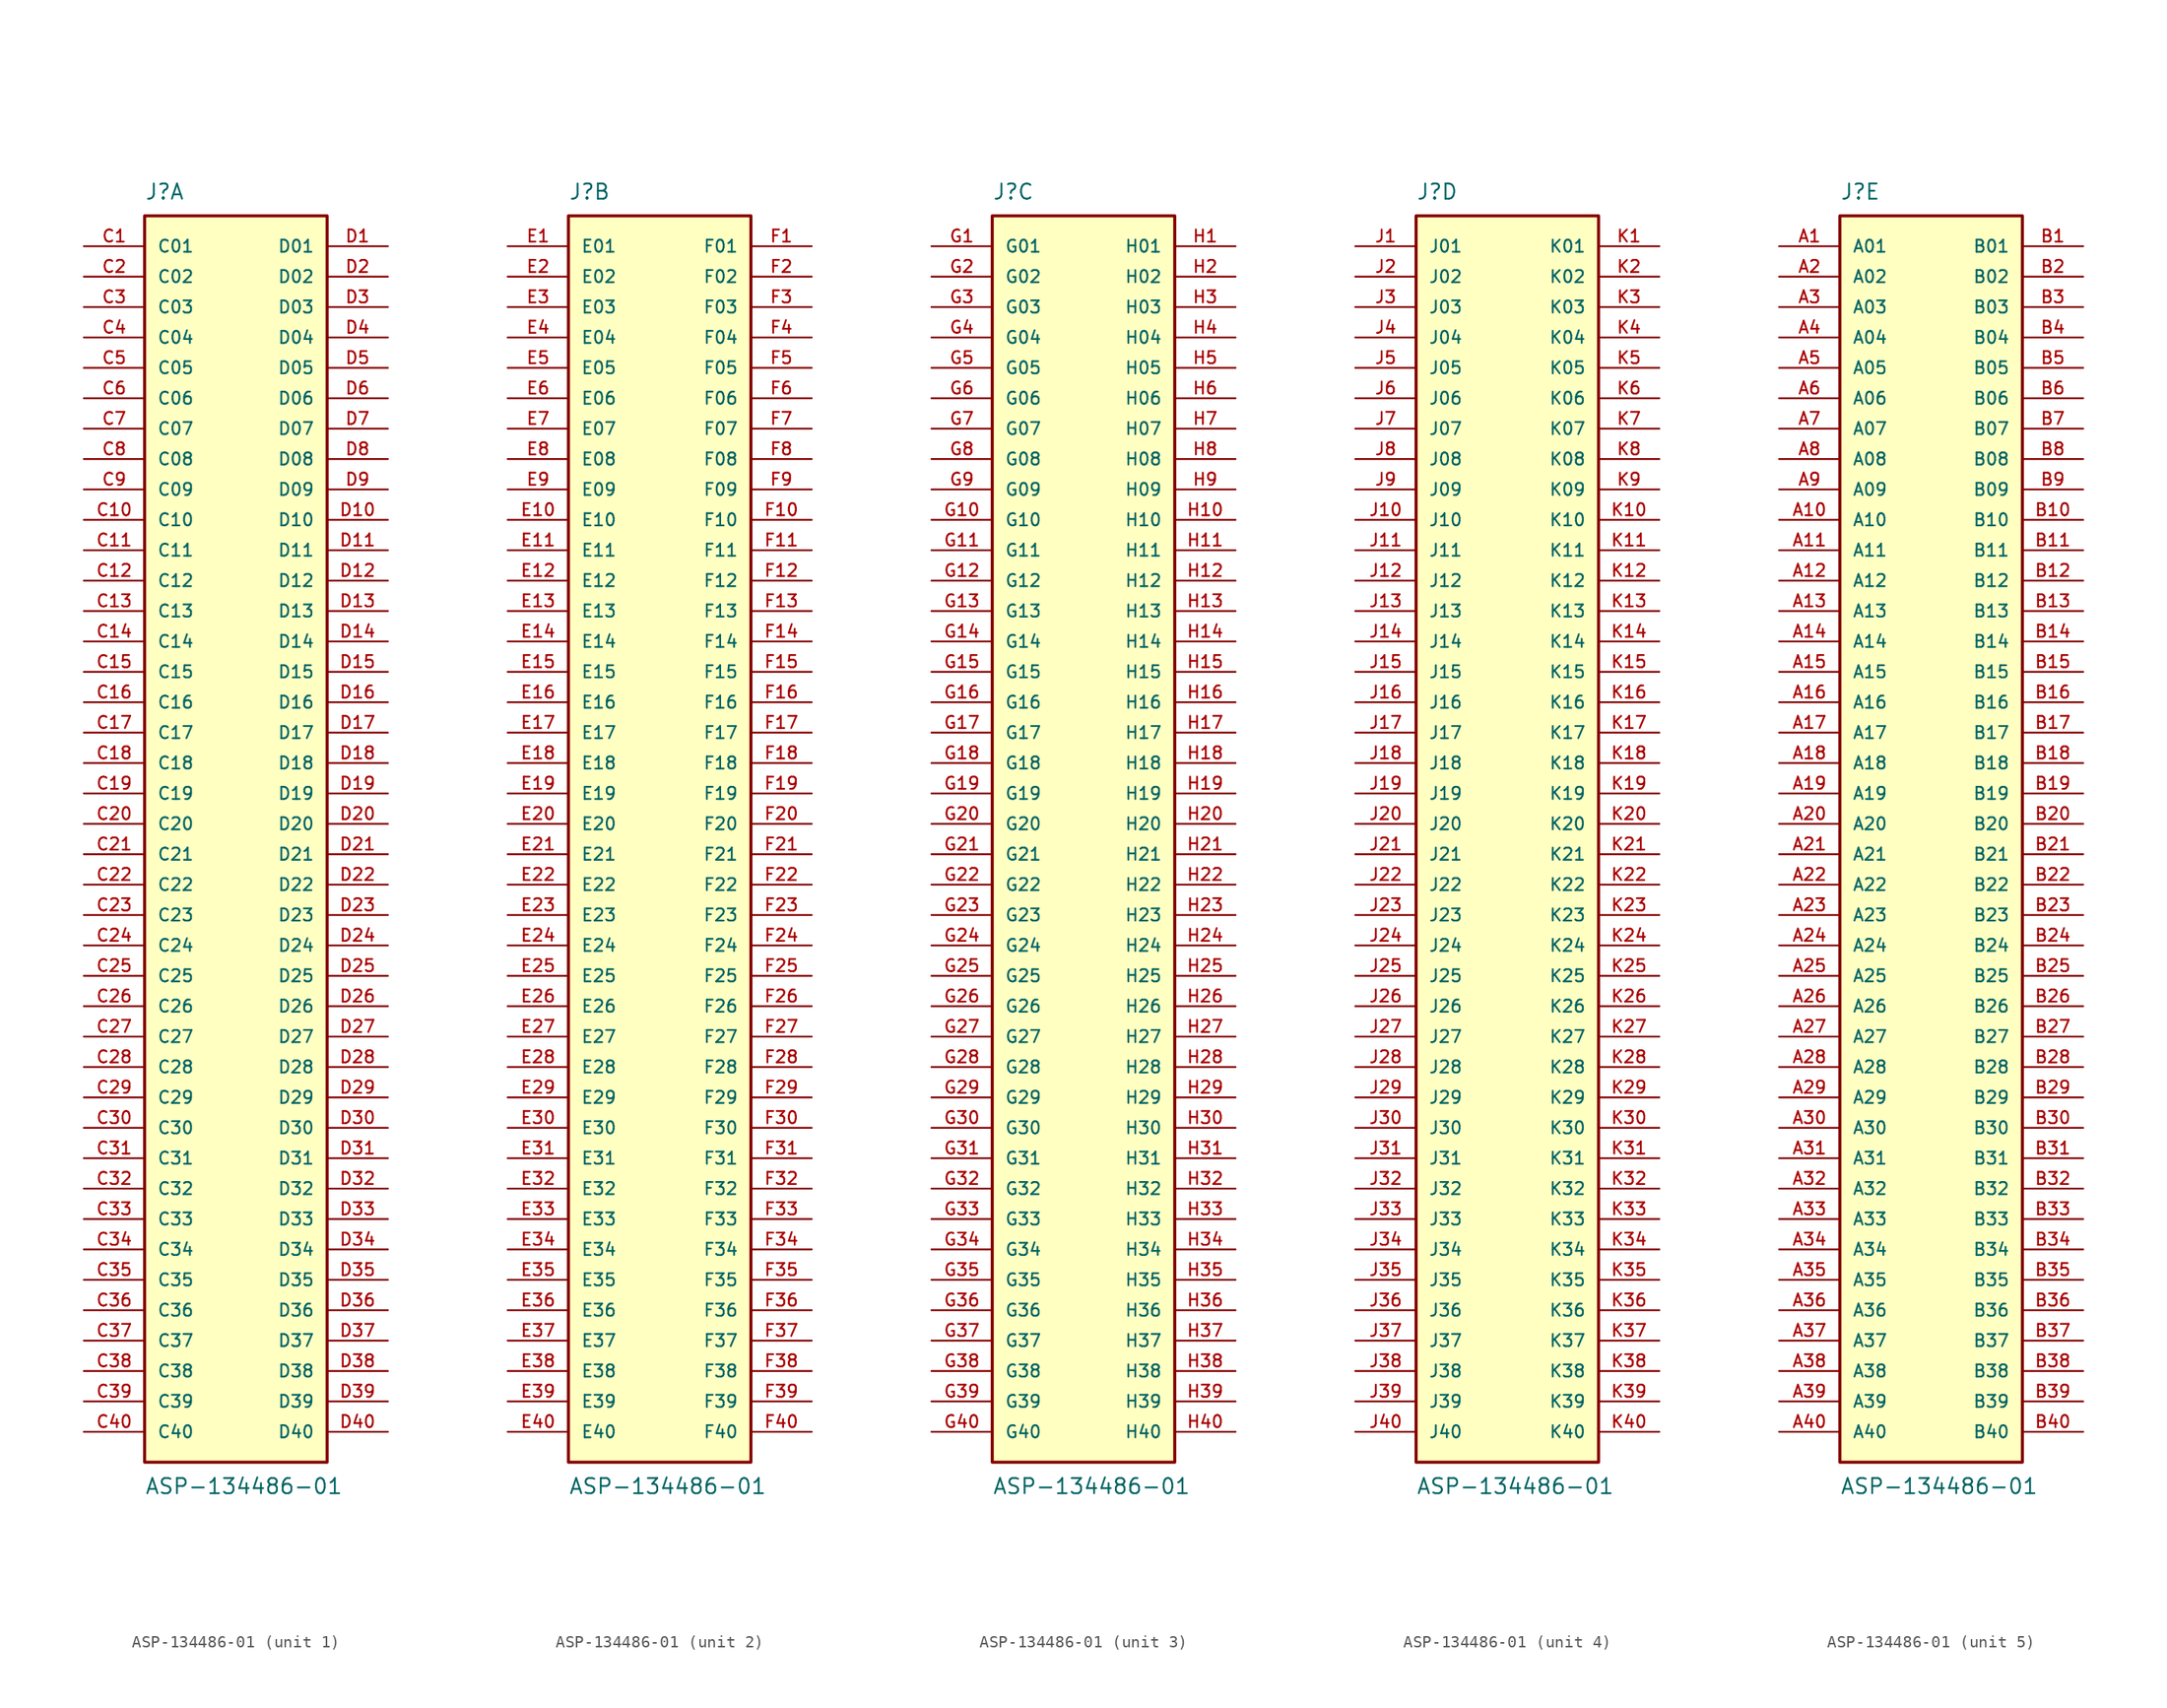
<source format=kicad_sym>
(kicad_symbol_lib
  (version 20211014)
  (generator kicad_symbol_editor)
  (symbol "ASP-134486-01"
    (pin_names
      (offset 1.016))
    (property "Reference" "J"
      (at -7.62 52.07 0)
      (effects (font (size 1.27 1.27)) (justify bottom left)))
    (property "Value" "ASP-134486-01"
      (at -7.62 -54.61 0)
      (effects (font (size 1.27 1.27)) (justify top left)))
    (symbol "ASP-134486-01_1_0"
      (rectangle (start -7.62 -53.34) (end 7.62 50.8) (stroke (width 0.254)) (fill (type background)))
      (pin passive line (at -12.7 48.26 0) (length 5.08) (name "C01" (effects (font (size 1.016 1.016)))) (number "C1" (effects (font (size 1.016 1.016)))))
      (pin passive line (at 12.7 48.26 180.0) (length 5.08) (name "D01" (effects (font (size 1.016 1.016)))) (number "D1" (effects (font (size 1.016 1.016)))))
      (pin passive line (at -12.7 45.72 0) (length 5.08) (name "C02" (effects (font (size 1.016 1.016)))) (number "C2" (effects (font (size 1.016 1.016)))))
      (pin passive line (at 12.7 45.72 180.0) (length 5.08) (name "D02" (effects (font (size 1.016 1.016)))) (number "D2" (effects (font (size 1.016 1.016)))))
      (pin passive line (at -12.7 43.18 0) (length 5.08) (name "C03" (effects (font (size 1.016 1.016)))) (number "C3" (effects (font (size 1.016 1.016)))))
      (pin passive line (at 12.7 43.18 180.0) (length 5.08) (name "D03" (effects (font (size 1.016 1.016)))) (number "D3" (effects (font (size 1.016 1.016)))))
      (pin passive line (at -12.7 40.64 0) (length 5.08) (name "C04" (effects (font (size 1.016 1.016)))) (number "C4" (effects (font (size 1.016 1.016)))))
      (pin passive line (at 12.7 40.64 180.0) (length 5.08) (name "D04" (effects (font (size 1.016 1.016)))) (number "D4" (effects (font (size 1.016 1.016)))))
      (pin passive line (at -12.7 38.1 0) (length 5.08) (name "C05" (effects (font (size 1.016 1.016)))) (number "C5" (effects (font (size 1.016 1.016)))))
      (pin passive line (at 12.7 38.1 180.0) (length 5.08) (name "D05" (effects (font (size 1.016 1.016)))) (number "D5" (effects (font (size 1.016 1.016)))))
      (pin passive line (at -12.7 35.56 0) (length 5.08) (name "C06" (effects (font (size 1.016 1.016)))) (number "C6" (effects (font (size 1.016 1.016)))))
      (pin passive line (at 12.7 35.56 180.0) (length 5.08) (name "D06" (effects (font (size 1.016 1.016)))) (number "D6" (effects (font (size 1.016 1.016)))))
      (pin passive line (at -12.7 33.02 0) (length 5.08) (name "C07" (effects (font (size 1.016 1.016)))) (number "C7" (effects (font (size 1.016 1.016)))))
      (pin passive line (at 12.7 33.02 180.0) (length 5.08) (name "D07" (effects (font (size 1.016 1.016)))) (number "D7" (effects (font (size 1.016 1.016)))))
      (pin passive line (at -12.7 30.48 0) (length 5.08) (name "C08" (effects (font (size 1.016 1.016)))) (number "C8" (effects (font (size 1.016 1.016)))))
      (pin passive line (at 12.7 30.48 180.0) (length 5.08) (name "D08" (effects (font (size 1.016 1.016)))) (number "D8" (effects (font (size 1.016 1.016)))))
      (pin passive line (at -12.7 27.94 0) (length 5.08) (name "C09" (effects (font (size 1.016 1.016)))) (number "C9" (effects (font (size 1.016 1.016)))))
      (pin passive line (at 12.7 27.94 180.0) (length 5.08) (name "D09" (effects (font (size 1.016 1.016)))) (number "D9" (effects (font (size 1.016 1.016)))))
      (pin passive line (at -12.7 25.4 0) (length 5.08) (name "C10" (effects (font (size 1.016 1.016)))) (number "C10" (effects (font (size 1.016 1.016)))))
      (pin passive line (at 12.7 25.4 180.0) (length 5.08) (name "D10" (effects (font (size 1.016 1.016)))) (number "D10" (effects (font (size 1.016 1.016)))))
      (pin passive line (at -12.7 22.86 0) (length 5.08) (name "C11" (effects (font (size 1.016 1.016)))) (number "C11" (effects (font (size 1.016 1.016)))))
      (pin passive line (at 12.7 22.86 180.0) (length 5.08) (name "D11" (effects (font (size 1.016 1.016)))) (number "D11" (effects (font (size 1.016 1.016)))))
      (pin passive line (at -12.7 20.32 0) (length 5.08) (name "C12" (effects (font (size 1.016 1.016)))) (number "C12" (effects (font (size 1.016 1.016)))))
      (pin passive line (at 12.7 20.32 180.0) (length 5.08) (name "D12" (effects (font (size 1.016 1.016)))) (number "D12" (effects (font (size 1.016 1.016)))))
      (pin passive line (at -12.7 17.78 0) (length 5.08) (name "C13" (effects (font (size 1.016 1.016)))) (number "C13" (effects (font (size 1.016 1.016)))))
      (pin passive line (at 12.7 17.78 180.0) (length 5.08) (name "D13" (effects (font (size 1.016 1.016)))) (number "D13" (effects (font (size 1.016 1.016)))))
      (pin passive line (at -12.7 15.24 0) (length 5.08) (name "C14" (effects (font (size 1.016 1.016)))) (number "C14" (effects (font (size 1.016 1.016)))))
      (pin passive line (at 12.7 15.24 180.0) (length 5.08) (name "D14" (effects (font (size 1.016 1.016)))) (number "D14" (effects (font (size 1.016 1.016)))))
      (pin passive line (at -12.7 12.7 0) (length 5.08) (name "C15" (effects (font (size 1.016 1.016)))) (number "C15" (effects (font (size 1.016 1.016)))))
      (pin passive line (at 12.7 12.7 180.0) (length 5.08) (name "D15" (effects (font (size 1.016 1.016)))) (number "D15" (effects (font (size 1.016 1.016)))))
      (pin passive line (at -12.7 10.16 0) (length 5.08) (name "C16" (effects (font (size 1.016 1.016)))) (number "C16" (effects (font (size 1.016 1.016)))))
      (pin passive line (at 12.7 10.16 180.0) (length 5.08) (name "D16" (effects (font (size 1.016 1.016)))) (number "D16" (effects (font (size 1.016 1.016)))))
      (pin passive line (at -12.7 7.62 0) (length 5.08) (name "C17" (effects (font (size 1.016 1.016)))) (number "C17" (effects (font (size 1.016 1.016)))))
      (pin passive line (at 12.7 7.62 180.0) (length 5.08) (name "D17" (effects (font (size 1.016 1.016)))) (number "D17" (effects (font (size 1.016 1.016)))))
      (pin passive line (at -12.7 5.08 0) (length 5.08) (name "C18" (effects (font (size 1.016 1.016)))) (number "C18" (effects (font (size 1.016 1.016)))))
      (pin passive line (at 12.7 5.08 180.0) (length 5.08) (name "D18" (effects (font (size 1.016 1.016)))) (number "D18" (effects (font (size 1.016 1.016)))))
      (pin passive line (at -12.7 2.54 0) (length 5.08) (name "C19" (effects (font (size 1.016 1.016)))) (number "C19" (effects (font (size 1.016 1.016)))))
      (pin passive line (at 12.7 2.54 180.0) (length 5.08) (name "D19" (effects (font (size 1.016 1.016)))) (number "D19" (effects (font (size 1.016 1.016)))))
      (pin passive line (at -12.7 0.0 0) (length 5.08) (name "C20" (effects (font (size 1.016 1.016)))) (number "C20" (effects (font (size 1.016 1.016)))))
      (pin passive line (at 12.7 0.0 180.0) (length 5.08) (name "D20" (effects (font (size 1.016 1.016)))) (number "D20" (effects (font (size 1.016 1.016)))))
      (pin passive line (at -12.7 -2.54 0) (length 5.08) (name "C21" (effects (font (size 1.016 1.016)))) (number "C21" (effects (font (size 1.016 1.016)))))
      (pin passive line (at 12.7 -2.54 180.0) (length 5.08) (name "D21" (effects (font (size 1.016 1.016)))) (number "D21" (effects (font (size 1.016 1.016)))))
      (pin passive line (at -12.7 -5.08 0) (length 5.08) (name "C22" (effects (font (size 1.016 1.016)))) (number "C22" (effects (font (size 1.016 1.016)))))
      (pin passive line (at 12.7 -5.08 180.0) (length 5.08) (name "D22" (effects (font (size 1.016 1.016)))) (number "D22" (effects (font (size 1.016 1.016)))))
      (pin passive line (at -12.7 -7.62 0) (length 5.08) (name "C23" (effects (font (size 1.016 1.016)))) (number "C23" (effects (font (size 1.016 1.016)))))
      (pin passive line (at 12.7 -7.62 180.0) (length 5.08) (name "D23" (effects (font (size 1.016 1.016)))) (number "D23" (effects (font (size 1.016 1.016)))))
      (pin passive line (at -12.7 -10.16 0) (length 5.08) (name "C24" (effects (font (size 1.016 1.016)))) (number "C24" (effects (font (size 1.016 1.016)))))
      (pin passive line (at 12.7 -10.16 180.0) (length 5.08) (name "D24" (effects (font (size 1.016 1.016)))) (number "D24" (effects (font (size 1.016 1.016)))))
      (pin passive line (at -12.7 -12.7 0) (length 5.08) (name "C25" (effects (font (size 1.016 1.016)))) (number "C25" (effects (font (size 1.016 1.016)))))
      (pin passive line (at 12.7 -12.7 180.0) (length 5.08) (name "D25" (effects (font (size 1.016 1.016)))) (number "D25" (effects (font (size 1.016 1.016)))))
      (pin passive line (at -12.7 -15.24 0) (length 5.08) (name "C26" (effects (font (size 1.016 1.016)))) (number "C26" (effects (font (size 1.016 1.016)))))
      (pin passive line (at 12.7 -15.24 180.0) (length 5.08) (name "D26" (effects (font (size 1.016 1.016)))) (number "D26" (effects (font (size 1.016 1.016)))))
      (pin passive line (at -12.7 -17.78 0) (length 5.08) (name "C27" (effects (font (size 1.016 1.016)))) (number "C27" (effects (font (size 1.016 1.016)))))
      (pin passive line (at 12.7 -17.78 180.0) (length 5.08) (name "D27" (effects (font (size 1.016 1.016)))) (number "D27" (effects (font (size 1.016 1.016)))))
      (pin passive line (at -12.7 -20.32 0) (length 5.08) (name "C28" (effects (font (size 1.016 1.016)))) (number "C28" (effects (font (size 1.016 1.016)))))
      (pin passive line (at 12.7 -20.32 180.0) (length 5.08) (name "D28" (effects (font (size 1.016 1.016)))) (number "D28" (effects (font (size 1.016 1.016)))))
      (pin passive line (at -12.7 -22.86 0) (length 5.08) (name "C29" (effects (font (size 1.016 1.016)))) (number "C29" (effects (font (size 1.016 1.016)))))
      (pin passive line (at 12.7 -22.86 180.0) (length 5.08) (name "D29" (effects (font (size 1.016 1.016)))) (number "D29" (effects (font (size 1.016 1.016)))))
      (pin passive line (at -12.7 -25.4 0) (length 5.08) (name "C30" (effects (font (size 1.016 1.016)))) (number "C30" (effects (font (size 1.016 1.016)))))
      (pin passive line (at 12.7 -25.4 180.0) (length 5.08) (name "D30" (effects (font (size 1.016 1.016)))) (number "D30" (effects (font (size 1.016 1.016)))))
      (pin passive line (at -12.7 -27.94 0) (length 5.08) (name "C31" (effects (font (size 1.016 1.016)))) (number "C31" (effects (font (size 1.016 1.016)))))
      (pin passive line (at 12.7 -27.94 180.0) (length 5.08) (name "D31" (effects (font (size 1.016 1.016)))) (number "D31" (effects (font (size 1.016 1.016)))))
      (pin passive line (at -12.7 -30.48 0) (length 5.08) (name "C32" (effects (font (size 1.016 1.016)))) (number "C32" (effects (font (size 1.016 1.016)))))
      (pin passive line (at 12.7 -30.48 180.0) (length 5.08) (name "D32" (effects (font (size 1.016 1.016)))) (number "D32" (effects (font (size 1.016 1.016)))))
      (pin passive line (at -12.7 -33.02 0) (length 5.08) (name "C33" (effects (font (size 1.016 1.016)))) (number "C33" (effects (font (size 1.016 1.016)))))
      (pin passive line (at 12.7 -33.02 180.0) (length 5.08) (name "D33" (effects (font (size 1.016 1.016)))) (number "D33" (effects (font (size 1.016 1.016)))))
      (pin passive line (at -12.7 -35.56 0) (length 5.08) (name "C34" (effects (font (size 1.016 1.016)))) (number "C34" (effects (font (size 1.016 1.016)))))
      (pin passive line (at 12.7 -35.56 180.0) (length 5.08) (name "D34" (effects (font (size 1.016 1.016)))) (number "D34" (effects (font (size 1.016 1.016)))))
      (pin passive line (at -12.7 -38.1 0) (length 5.08) (name "C35" (effects (font (size 1.016 1.016)))) (number "C35" (effects (font (size 1.016 1.016)))))
      (pin passive line (at 12.7 -38.1 180.0) (length 5.08) (name "D35" (effects (font (size 1.016 1.016)))) (number "D35" (effects (font (size 1.016 1.016)))))
      (pin passive line (at -12.7 -40.64 0) (length 5.08) (name "C36" (effects (font (size 1.016 1.016)))) (number "C36" (effects (font (size 1.016 1.016)))))
      (pin passive line (at 12.7 -40.64 180.0) (length 5.08) (name "D36" (effects (font (size 1.016 1.016)))) (number "D36" (effects (font (size 1.016 1.016)))))
      (pin passive line (at -12.7 -43.18 0) (length 5.08) (name "C37" (effects (font (size 1.016 1.016)))) (number "C37" (effects (font (size 1.016 1.016)))))
      (pin passive line (at 12.7 -43.18 180.0) (length 5.08) (name "D37" (effects (font (size 1.016 1.016)))) (number "D37" (effects (font (size 1.016 1.016)))))
      (pin passive line (at -12.7 -45.72 0) (length 5.08) (name "C38" (effects (font (size 1.016 1.016)))) (number "C38" (effects (font (size 1.016 1.016)))))
      (pin passive line (at 12.7 -45.72 180.0) (length 5.08) (name "D38" (effects (font (size 1.016 1.016)))) (number "D38" (effects (font (size 1.016 1.016)))))
      (pin passive line (at -12.7 -48.26 0) (length 5.08) (name "C39" (effects (font (size 1.016 1.016)))) (number "C39" (effects (font (size 1.016 1.016)))))
      (pin passive line (at 12.7 -48.26 180.0) (length 5.08) (name "D39" (effects (font (size 1.016 1.016)))) (number "D39" (effects (font (size 1.016 1.016)))))
      (pin passive line (at -12.7 -50.8 0) (length 5.08) (name "C40" (effects (font (size 1.016 1.016)))) (number "C40" (effects (font (size 1.016 1.016)))))
      (pin passive line (at 12.7 -50.8 180.0) (length 5.08) (name "D40" (effects (font (size 1.016 1.016)))) (number "D40" (effects (font (size 1.016 1.016))))))
    (symbol "ASP-134486-01_2_0"
      (rectangle (start -7.62 -53.34) (end 7.62 50.8) (stroke (width 0.254)) (fill (type background)))
      (pin passive line (at -12.7 48.26 0) (length 5.08) (name "E01" (effects (font (size 1.016 1.016)))) (number "E1" (effects (font (size 1.016 1.016)))))
      (pin passive line (at 12.7 48.26 180.0) (length 5.08) (name "F01" (effects (font (size 1.016 1.016)))) (number "F1" (effects (font (size 1.016 1.016)))))
      (pin passive line (at -12.7 45.72 0) (length 5.08) (name "E02" (effects (font (size 1.016 1.016)))) (number "E2" (effects (font (size 1.016 1.016)))))
      (pin passive line (at 12.7 45.72 180.0) (length 5.08) (name "F02" (effects (font (size 1.016 1.016)))) (number "F2" (effects (font (size 1.016 1.016)))))
      (pin passive line (at -12.7 43.18 0) (length 5.08) (name "E03" (effects (font (size 1.016 1.016)))) (number "E3" (effects (font (size 1.016 1.016)))))
      (pin passive line (at 12.7 43.18 180.0) (length 5.08) (name "F03" (effects (font (size 1.016 1.016)))) (number "F3" (effects (font (size 1.016 1.016)))))
      (pin passive line (at -12.7 40.64 0) (length 5.08) (name "E04" (effects (font (size 1.016 1.016)))) (number "E4" (effects (font (size 1.016 1.016)))))
      (pin passive line (at 12.7 40.64 180.0) (length 5.08) (name "F04" (effects (font (size 1.016 1.016)))) (number "F4" (effects (font (size 1.016 1.016)))))
      (pin passive line (at -12.7 38.1 0) (length 5.08) (name "E05" (effects (font (size 1.016 1.016)))) (number "E5" (effects (font (size 1.016 1.016)))))
      (pin passive line (at 12.7 38.1 180.0) (length 5.08) (name "F05" (effects (font (size 1.016 1.016)))) (number "F5" (effects (font (size 1.016 1.016)))))
      (pin passive line (at -12.7 35.56 0) (length 5.08) (name "E06" (effects (font (size 1.016 1.016)))) (number "E6" (effects (font (size 1.016 1.016)))))
      (pin passive line (at 12.7 35.56 180.0) (length 5.08) (name "F06" (effects (font (size 1.016 1.016)))) (number "F6" (effects (font (size 1.016 1.016)))))
      (pin passive line (at -12.7 33.02 0) (length 5.08) (name "E07" (effects (font (size 1.016 1.016)))) (number "E7" (effects (font (size 1.016 1.016)))))
      (pin passive line (at 12.7 33.02 180.0) (length 5.08) (name "F07" (effects (font (size 1.016 1.016)))) (number "F7" (effects (font (size 1.016 1.016)))))
      (pin passive line (at -12.7 30.48 0) (length 5.08) (name "E08" (effects (font (size 1.016 1.016)))) (number "E8" (effects (font (size 1.016 1.016)))))
      (pin passive line (at 12.7 30.48 180.0) (length 5.08) (name "F08" (effects (font (size 1.016 1.016)))) (number "F8" (effects (font (size 1.016 1.016)))))
      (pin passive line (at -12.7 27.94 0) (length 5.08) (name "E09" (effects (font (size 1.016 1.016)))) (number "E9" (effects (font (size 1.016 1.016)))))
      (pin passive line (at 12.7 27.94 180.0) (length 5.08) (name "F09" (effects (font (size 1.016 1.016)))) (number "F9" (effects (font (size 1.016 1.016)))))
      (pin passive line (at -12.7 25.4 0) (length 5.08) (name "E10" (effects (font (size 1.016 1.016)))) (number "E10" (effects (font (size 1.016 1.016)))))
      (pin passive line (at 12.7 25.4 180.0) (length 5.08) (name "F10" (effects (font (size 1.016 1.016)))) (number "F10" (effects (font (size 1.016 1.016)))))
      (pin passive line (at -12.7 22.86 0) (length 5.08) (name "E11" (effects (font (size 1.016 1.016)))) (number "E11" (effects (font (size 1.016 1.016)))))
      (pin passive line (at 12.7 22.86 180.0) (length 5.08) (name "F11" (effects (font (size 1.016 1.016)))) (number "F11" (effects (font (size 1.016 1.016)))))
      (pin passive line (at -12.7 20.32 0) (length 5.08) (name "E12" (effects (font (size 1.016 1.016)))) (number "E12" (effects (font (size 1.016 1.016)))))
      (pin passive line (at 12.7 20.32 180.0) (length 5.08) (name "F12" (effects (font (size 1.016 1.016)))) (number "F12" (effects (font (size 1.016 1.016)))))
      (pin passive line (at -12.7 17.78 0) (length 5.08) (name "E13" (effects (font (size 1.016 1.016)))) (number "E13" (effects (font (size 1.016 1.016)))))
      (pin passive line (at 12.7 17.78 180.0) (length 5.08) (name "F13" (effects (font (size 1.016 1.016)))) (number "F13" (effects (font (size 1.016 1.016)))))
      (pin passive line (at -12.7 15.24 0) (length 5.08) (name "E14" (effects (font (size 1.016 1.016)))) (number "E14" (effects (font (size 1.016 1.016)))))
      (pin passive line (at 12.7 15.24 180.0) (length 5.08) (name "F14" (effects (font (size 1.016 1.016)))) (number "F14" (effects (font (size 1.016 1.016)))))
      (pin passive line (at -12.7 12.7 0) (length 5.08) (name "E15" (effects (font (size 1.016 1.016)))) (number "E15" (effects (font (size 1.016 1.016)))))
      (pin passive line (at 12.7 12.7 180.0) (length 5.08) (name "F15" (effects (font (size 1.016 1.016)))) (number "F15" (effects (font (size 1.016 1.016)))))
      (pin passive line (at -12.7 10.16 0) (length 5.08) (name "E16" (effects (font (size 1.016 1.016)))) (number "E16" (effects (font (size 1.016 1.016)))))
      (pin passive line (at 12.7 10.16 180.0) (length 5.08) (name "F16" (effects (font (size 1.016 1.016)))) (number "F16" (effects (font (size 1.016 1.016)))))
      (pin passive line (at -12.7 7.62 0) (length 5.08) (name "E17" (effects (font (size 1.016 1.016)))) (number "E17" (effects (font (size 1.016 1.016)))))
      (pin passive line (at 12.7 7.62 180.0) (length 5.08) (name "F17" (effects (font (size 1.016 1.016)))) (number "F17" (effects (font (size 1.016 1.016)))))
      (pin passive line (at -12.7 5.08 0) (length 5.08) (name "E18" (effects (font (size 1.016 1.016)))) (number "E18" (effects (font (size 1.016 1.016)))))
      (pin passive line (at 12.7 5.08 180.0) (length 5.08) (name "F18" (effects (font (size 1.016 1.016)))) (number "F18" (effects (font (size 1.016 1.016)))))
      (pin passive line (at -12.7 2.54 0) (length 5.08) (name "E19" (effects (font (size 1.016 1.016)))) (number "E19" (effects (font (size 1.016 1.016)))))
      (pin passive line (at 12.7 2.54 180.0) (length 5.08) (name "F19" (effects (font (size 1.016 1.016)))) (number "F19" (effects (font (size 1.016 1.016)))))
      (pin passive line (at -12.7 0.0 0) (length 5.08) (name "E20" (effects (font (size 1.016 1.016)))) (number "E20" (effects (font (size 1.016 1.016)))))
      (pin passive line (at 12.7 0.0 180.0) (length 5.08) (name "F20" (effects (font (size 1.016 1.016)))) (number "F20" (effects (font (size 1.016 1.016)))))
      (pin passive line (at -12.7 -2.54 0) (length 5.08) (name "E21" (effects (font (size 1.016 1.016)))) (number "E21" (effects (font (size 1.016 1.016)))))
      (pin passive line (at 12.7 -2.54 180.0) (length 5.08) (name "F21" (effects (font (size 1.016 1.016)))) (number "F21" (effects (font (size 1.016 1.016)))))
      (pin passive line (at -12.7 -5.08 0) (length 5.08) (name "E22" (effects (font (size 1.016 1.016)))) (number "E22" (effects (font (size 1.016 1.016)))))
      (pin passive line (at 12.7 -5.08 180.0) (length 5.08) (name "F22" (effects (font (size 1.016 1.016)))) (number "F22" (effects (font (size 1.016 1.016)))))
      (pin passive line (at -12.7 -7.62 0) (length 5.08) (name "E23" (effects (font (size 1.016 1.016)))) (number "E23" (effects (font (size 1.016 1.016)))))
      (pin passive line (at 12.7 -7.62 180.0) (length 5.08) (name "F23" (effects (font (size 1.016 1.016)))) (number "F23" (effects (font (size 1.016 1.016)))))
      (pin passive line (at -12.7 -10.16 0) (length 5.08) (name "E24" (effects (font (size 1.016 1.016)))) (number "E24" (effects (font (size 1.016 1.016)))))
      (pin passive line (at 12.7 -10.16 180.0) (length 5.08) (name "F24" (effects (font (size 1.016 1.016)))) (number "F24" (effects (font (size 1.016 1.016)))))
      (pin passive line (at -12.7 -12.7 0) (length 5.08) (name "E25" (effects (font (size 1.016 1.016)))) (number "E25" (effects (font (size 1.016 1.016)))))
      (pin passive line (at 12.7 -12.7 180.0) (length 5.08) (name "F25" (effects (font (size 1.016 1.016)))) (number "F25" (effects (font (size 1.016 1.016)))))
      (pin passive line (at -12.7 -15.24 0) (length 5.08) (name "E26" (effects (font (size 1.016 1.016)))) (number "E26" (effects (font (size 1.016 1.016)))))
      (pin passive line (at 12.7 -15.24 180.0) (length 5.08) (name "F26" (effects (font (size 1.016 1.016)))) (number "F26" (effects (font (size 1.016 1.016)))))
      (pin passive line (at -12.7 -17.78 0) (length 5.08) (name "E27" (effects (font (size 1.016 1.016)))) (number "E27" (effects (font (size 1.016 1.016)))))
      (pin passive line (at 12.7 -17.78 180.0) (length 5.08) (name "F27" (effects (font (size 1.016 1.016)))) (number "F27" (effects (font (size 1.016 1.016)))))
      (pin passive line (at -12.7 -20.32 0) (length 5.08) (name "E28" (effects (font (size 1.016 1.016)))) (number "E28" (effects (font (size 1.016 1.016)))))
      (pin passive line (at 12.7 -20.32 180.0) (length 5.08) (name "F28" (effects (font (size 1.016 1.016)))) (number "F28" (effects (font (size 1.016 1.016)))))
      (pin passive line (at -12.7 -22.86 0) (length 5.08) (name "E29" (effects (font (size 1.016 1.016)))) (number "E29" (effects (font (size 1.016 1.016)))))
      (pin passive line (at 12.7 -22.86 180.0) (length 5.08) (name "F29" (effects (font (size 1.016 1.016)))) (number "F29" (effects (font (size 1.016 1.016)))))
      (pin passive line (at -12.7 -25.4 0) (length 5.08) (name "E30" (effects (font (size 1.016 1.016)))) (number "E30" (effects (font (size 1.016 1.016)))))
      (pin passive line (at 12.7 -25.4 180.0) (length 5.08) (name "F30" (effects (font (size 1.016 1.016)))) (number "F30" (effects (font (size 1.016 1.016)))))
      (pin passive line (at -12.7 -27.94 0) (length 5.08) (name "E31" (effects (font (size 1.016 1.016)))) (number "E31" (effects (font (size 1.016 1.016)))))
      (pin passive line (at 12.7 -27.94 180.0) (length 5.08) (name "F31" (effects (font (size 1.016 1.016)))) (number "F31" (effects (font (size 1.016 1.016)))))
      (pin passive line (at -12.7 -30.48 0) (length 5.08) (name "E32" (effects (font (size 1.016 1.016)))) (number "E32" (effects (font (size 1.016 1.016)))))
      (pin passive line (at 12.7 -30.48 180.0) (length 5.08) (name "F32" (effects (font (size 1.016 1.016)))) (number "F32" (effects (font (size 1.016 1.016)))))
      (pin passive line (at -12.7 -33.02 0) (length 5.08) (name "E33" (effects (font (size 1.016 1.016)))) (number "E33" (effects (font (size 1.016 1.016)))))
      (pin passive line (at 12.7 -33.02 180.0) (length 5.08) (name "F33" (effects (font (size 1.016 1.016)))) (number "F33" (effects (font (size 1.016 1.016)))))
      (pin passive line (at -12.7 -35.56 0) (length 5.08) (name "E34" (effects (font (size 1.016 1.016)))) (number "E34" (effects (font (size 1.016 1.016)))))
      (pin passive line (at 12.7 -35.56 180.0) (length 5.08) (name "F34" (effects (font (size 1.016 1.016)))) (number "F34" (effects (font (size 1.016 1.016)))))
      (pin passive line (at -12.7 -38.1 0) (length 5.08) (name "E35" (effects (font (size 1.016 1.016)))) (number "E35" (effects (font (size 1.016 1.016)))))
      (pin passive line (at 12.7 -38.1 180.0) (length 5.08) (name "F35" (effects (font (size 1.016 1.016)))) (number "F35" (effects (font (size 1.016 1.016)))))
      (pin passive line (at -12.7 -40.64 0) (length 5.08) (name "E36" (effects (font (size 1.016 1.016)))) (number "E36" (effects (font (size 1.016 1.016)))))
      (pin passive line (at 12.7 -40.64 180.0) (length 5.08) (name "F36" (effects (font (size 1.016 1.016)))) (number "F36" (effects (font (size 1.016 1.016)))))
      (pin passive line (at -12.7 -43.18 0) (length 5.08) (name "E37" (effects (font (size 1.016 1.016)))) (number "E37" (effects (font (size 1.016 1.016)))))
      (pin passive line (at 12.7 -43.18 180.0) (length 5.08) (name "F37" (effects (font (size 1.016 1.016)))) (number "F37" (effects (font (size 1.016 1.016)))))
      (pin passive line (at -12.7 -45.72 0) (length 5.08) (name "E38" (effects (font (size 1.016 1.016)))) (number "E38" (effects (font (size 1.016 1.016)))))
      (pin passive line (at 12.7 -45.72 180.0) (length 5.08) (name "F38" (effects (font (size 1.016 1.016)))) (number "F38" (effects (font (size 1.016 1.016)))))
      (pin passive line (at -12.7 -48.26 0) (length 5.08) (name "E39" (effects (font (size 1.016 1.016)))) (number "E39" (effects (font (size 1.016 1.016)))))
      (pin passive line (at 12.7 -48.26 180.0) (length 5.08) (name "F39" (effects (font (size 1.016 1.016)))) (number "F39" (effects (font (size 1.016 1.016)))))
      (pin passive line (at -12.7 -50.8 0) (length 5.08) (name "E40" (effects (font (size 1.016 1.016)))) (number "E40" (effects (font (size 1.016 1.016)))))
      (pin passive line (at 12.7 -50.8 180.0) (length 5.08) (name "F40" (effects (font (size 1.016 1.016)))) (number "F40" (effects (font (size 1.016 1.016))))))
    (symbol "ASP-134486-01_3_0"
      (rectangle (start -7.62 -53.34) (end 7.62 50.8) (stroke (width 0.254)) (fill (type background)))
      (pin passive line (at -12.7 48.26 0) (length 5.08) (name "G01" (effects (font (size 1.016 1.016)))) (number "G1" (effects (font (size 1.016 1.016)))))
      (pin passive line (at 12.7 48.26 180.0) (length 5.08) (name "H01" (effects (font (size 1.016 1.016)))) (number "H1" (effects (font (size 1.016 1.016)))))
      (pin passive line (at -12.7 45.72 0) (length 5.08) (name "G02" (effects (font (size 1.016 1.016)))) (number "G2" (effects (font (size 1.016 1.016)))))
      (pin passive line (at 12.7 45.72 180.0) (length 5.08) (name "H02" (effects (font (size 1.016 1.016)))) (number "H2" (effects (font (size 1.016 1.016)))))
      (pin passive line (at -12.7 43.18 0) (length 5.08) (name "G03" (effects (font (size 1.016 1.016)))) (number "G3" (effects (font (size 1.016 1.016)))))
      (pin passive line (at 12.7 43.18 180.0) (length 5.08) (name "H03" (effects (font (size 1.016 1.016)))) (number "H3" (effects (font (size 1.016 1.016)))))
      (pin passive line (at -12.7 40.64 0) (length 5.08) (name "G04" (effects (font (size 1.016 1.016)))) (number "G4" (effects (font (size 1.016 1.016)))))
      (pin passive line (at 12.7 40.64 180.0) (length 5.08) (name "H04" (effects (font (size 1.016 1.016)))) (number "H4" (effects (font (size 1.016 1.016)))))
      (pin passive line (at -12.7 38.1 0) (length 5.08) (name "G05" (effects (font (size 1.016 1.016)))) (number "G5" (effects (font (size 1.016 1.016)))))
      (pin passive line (at 12.7 38.1 180.0) (length 5.08) (name "H05" (effects (font (size 1.016 1.016)))) (number "H5" (effects (font (size 1.016 1.016)))))
      (pin passive line (at -12.7 35.56 0) (length 5.08) (name "G06" (effects (font (size 1.016 1.016)))) (number "G6" (effects (font (size 1.016 1.016)))))
      (pin passive line (at 12.7 35.56 180.0) (length 5.08) (name "H06" (effects (font (size 1.016 1.016)))) (number "H6" (effects (font (size 1.016 1.016)))))
      (pin passive line (at -12.7 33.02 0) (length 5.08) (name "G07" (effects (font (size 1.016 1.016)))) (number "G7" (effects (font (size 1.016 1.016)))))
      (pin passive line (at 12.7 33.02 180.0) (length 5.08) (name "H07" (effects (font (size 1.016 1.016)))) (number "H7" (effects (font (size 1.016 1.016)))))
      (pin passive line (at -12.7 30.48 0) (length 5.08) (name "G08" (effects (font (size 1.016 1.016)))) (number "G8" (effects (font (size 1.016 1.016)))))
      (pin passive line (at 12.7 30.48 180.0) (length 5.08) (name "H08" (effects (font (size 1.016 1.016)))) (number "H8" (effects (font (size 1.016 1.016)))))
      (pin passive line (at -12.7 27.94 0) (length 5.08) (name "G09" (effects (font (size 1.016 1.016)))) (number "G9" (effects (font (size 1.016 1.016)))))
      (pin passive line (at 12.7 27.94 180.0) (length 5.08) (name "H09" (effects (font (size 1.016 1.016)))) (number "H9" (effects (font (size 1.016 1.016)))))
      (pin passive line (at -12.7 25.4 0) (length 5.08) (name "G10" (effects (font (size 1.016 1.016)))) (number "G10" (effects (font (size 1.016 1.016)))))
      (pin passive line (at 12.7 25.4 180.0) (length 5.08) (name "H10" (effects (font (size 1.016 1.016)))) (number "H10" (effects (font (size 1.016 1.016)))))
      (pin passive line (at -12.7 22.86 0) (length 5.08) (name "G11" (effects (font (size 1.016 1.016)))) (number "G11" (effects (font (size 1.016 1.016)))))
      (pin passive line (at 12.7 22.86 180.0) (length 5.08) (name "H11" (effects (font (size 1.016 1.016)))) (number "H11" (effects (font (size 1.016 1.016)))))
      (pin passive line (at -12.7 20.32 0) (length 5.08) (name "G12" (effects (font (size 1.016 1.016)))) (number "G12" (effects (font (size 1.016 1.016)))))
      (pin passive line (at 12.7 20.32 180.0) (length 5.08) (name "H12" (effects (font (size 1.016 1.016)))) (number "H12" (effects (font (size 1.016 1.016)))))
      (pin passive line (at -12.7 17.78 0) (length 5.08) (name "G13" (effects (font (size 1.016 1.016)))) (number "G13" (effects (font (size 1.016 1.016)))))
      (pin passive line (at 12.7 17.78 180.0) (length 5.08) (name "H13" (effects (font (size 1.016 1.016)))) (number "H13" (effects (font (size 1.016 1.016)))))
      (pin passive line (at -12.7 15.24 0) (length 5.08) (name "G14" (effects (font (size 1.016 1.016)))) (number "G14" (effects (font (size 1.016 1.016)))))
      (pin passive line (at 12.7 15.24 180.0) (length 5.08) (name "H14" (effects (font (size 1.016 1.016)))) (number "H14" (effects (font (size 1.016 1.016)))))
      (pin passive line (at -12.7 12.7 0) (length 5.08) (name "G15" (effects (font (size 1.016 1.016)))) (number "G15" (effects (font (size 1.016 1.016)))))
      (pin passive line (at 12.7 12.7 180.0) (length 5.08) (name "H15" (effects (font (size 1.016 1.016)))) (number "H15" (effects (font (size 1.016 1.016)))))
      (pin passive line (at -12.7 10.16 0) (length 5.08) (name "G16" (effects (font (size 1.016 1.016)))) (number "G16" (effects (font (size 1.016 1.016)))))
      (pin passive line (at 12.7 10.16 180.0) (length 5.08) (name "H16" (effects (font (size 1.016 1.016)))) (number "H16" (effects (font (size 1.016 1.016)))))
      (pin passive line (at -12.7 7.62 0) (length 5.08) (name "G17" (effects (font (size 1.016 1.016)))) (number "G17" (effects (font (size 1.016 1.016)))))
      (pin passive line (at 12.7 7.62 180.0) (length 5.08) (name "H17" (effects (font (size 1.016 1.016)))) (number "H17" (effects (font (size 1.016 1.016)))))
      (pin passive line (at -12.7 5.08 0) (length 5.08) (name "G18" (effects (font (size 1.016 1.016)))) (number "G18" (effects (font (size 1.016 1.016)))))
      (pin passive line (at 12.7 5.08 180.0) (length 5.08) (name "H18" (effects (font (size 1.016 1.016)))) (number "H18" (effects (font (size 1.016 1.016)))))
      (pin passive line (at -12.7 2.54 0) (length 5.08) (name "G19" (effects (font (size 1.016 1.016)))) (number "G19" (effects (font (size 1.016 1.016)))))
      (pin passive line (at 12.7 2.54 180.0) (length 5.08) (name "H19" (effects (font (size 1.016 1.016)))) (number "H19" (effects (font (size 1.016 1.016)))))
      (pin passive line (at -12.7 0.0 0) (length 5.08) (name "G20" (effects (font (size 1.016 1.016)))) (number "G20" (effects (font (size 1.016 1.016)))))
      (pin passive line (at 12.7 0.0 180.0) (length 5.08) (name "H20" (effects (font (size 1.016 1.016)))) (number "H20" (effects (font (size 1.016 1.016)))))
      (pin passive line (at -12.7 -2.54 0) (length 5.08) (name "G21" (effects (font (size 1.016 1.016)))) (number "G21" (effects (font (size 1.016 1.016)))))
      (pin passive line (at 12.7 -2.54 180.0) (length 5.08) (name "H21" (effects (font (size 1.016 1.016)))) (number "H21" (effects (font (size 1.016 1.016)))))
      (pin passive line (at -12.7 -5.08 0) (length 5.08) (name "G22" (effects (font (size 1.016 1.016)))) (number "G22" (effects (font (size 1.016 1.016)))))
      (pin passive line (at 12.7 -5.08 180.0) (length 5.08) (name "H22" (effects (font (size 1.016 1.016)))) (number "H22" (effects (font (size 1.016 1.016)))))
      (pin passive line (at -12.7 -7.62 0) (length 5.08) (name "G23" (effects (font (size 1.016 1.016)))) (number "G23" (effects (font (size 1.016 1.016)))))
      (pin passive line (at 12.7 -7.62 180.0) (length 5.08) (name "H23" (effects (font (size 1.016 1.016)))) (number "H23" (effects (font (size 1.016 1.016)))))
      (pin passive line (at -12.7 -10.16 0) (length 5.08) (name "G24" (effects (font (size 1.016 1.016)))) (number "G24" (effects (font (size 1.016 1.016)))))
      (pin passive line (at 12.7 -10.16 180.0) (length 5.08) (name "H24" (effects (font (size 1.016 1.016)))) (number "H24" (effects (font (size 1.016 1.016)))))
      (pin passive line (at -12.7 -12.7 0) (length 5.08) (name "G25" (effects (font (size 1.016 1.016)))) (number "G25" (effects (font (size 1.016 1.016)))))
      (pin passive line (at 12.7 -12.7 180.0) (length 5.08) (name "H25" (effects (font (size 1.016 1.016)))) (number "H25" (effects (font (size 1.016 1.016)))))
      (pin passive line (at -12.7 -15.24 0) (length 5.08) (name "G26" (effects (font (size 1.016 1.016)))) (number "G26" (effects (font (size 1.016 1.016)))))
      (pin passive line (at 12.7 -15.24 180.0) (length 5.08) (name "H26" (effects (font (size 1.016 1.016)))) (number "H26" (effects (font (size 1.016 1.016)))))
      (pin passive line (at -12.7 -17.78 0) (length 5.08) (name "G27" (effects (font (size 1.016 1.016)))) (number "G27" (effects (font (size 1.016 1.016)))))
      (pin passive line (at 12.7 -17.78 180.0) (length 5.08) (name "H27" (effects (font (size 1.016 1.016)))) (number "H27" (effects (font (size 1.016 1.016)))))
      (pin passive line (at -12.7 -20.32 0) (length 5.08) (name "G28" (effects (font (size 1.016 1.016)))) (number "G28" (effects (font (size 1.016 1.016)))))
      (pin passive line (at 12.7 -20.32 180.0) (length 5.08) (name "H28" (effects (font (size 1.016 1.016)))) (number "H28" (effects (font (size 1.016 1.016)))))
      (pin passive line (at -12.7 -22.86 0) (length 5.08) (name "G29" (effects (font (size 1.016 1.016)))) (number "G29" (effects (font (size 1.016 1.016)))))
      (pin passive line (at 12.7 -22.86 180.0) (length 5.08) (name "H29" (effects (font (size 1.016 1.016)))) (number "H29" (effects (font (size 1.016 1.016)))))
      (pin passive line (at -12.7 -25.4 0) (length 5.08) (name "G30" (effects (font (size 1.016 1.016)))) (number "G30" (effects (font (size 1.016 1.016)))))
      (pin passive line (at 12.7 -25.4 180.0) (length 5.08) (name "H30" (effects (font (size 1.016 1.016)))) (number "H30" (effects (font (size 1.016 1.016)))))
      (pin passive line (at -12.7 -27.94 0) (length 5.08) (name "G31" (effects (font (size 1.016 1.016)))) (number "G31" (effects (font (size 1.016 1.016)))))
      (pin passive line (at 12.7 -27.94 180.0) (length 5.08) (name "H31" (effects (font (size 1.016 1.016)))) (number "H31" (effects (font (size 1.016 1.016)))))
      (pin passive line (at -12.7 -30.48 0) (length 5.08) (name "G32" (effects (font (size 1.016 1.016)))) (number "G32" (effects (font (size 1.016 1.016)))))
      (pin passive line (at 12.7 -30.48 180.0) (length 5.08) (name "H32" (effects (font (size 1.016 1.016)))) (number "H32" (effects (font (size 1.016 1.016)))))
      (pin passive line (at -12.7 -33.02 0) (length 5.08) (name "G33" (effects (font (size 1.016 1.016)))) (number "G33" (effects (font (size 1.016 1.016)))))
      (pin passive line (at 12.7 -33.02 180.0) (length 5.08) (name "H33" (effects (font (size 1.016 1.016)))) (number "H33" (effects (font (size 1.016 1.016)))))
      (pin passive line (at -12.7 -35.56 0) (length 5.08) (name "G34" (effects (font (size 1.016 1.016)))) (number "G34" (effects (font (size 1.016 1.016)))))
      (pin passive line (at 12.7 -35.56 180.0) (length 5.08) (name "H34" (effects (font (size 1.016 1.016)))) (number "H34" (effects (font (size 1.016 1.016)))))
      (pin passive line (at -12.7 -38.1 0) (length 5.08) (name "G35" (effects (font (size 1.016 1.016)))) (number "G35" (effects (font (size 1.016 1.016)))))
      (pin passive line (at 12.7 -38.1 180.0) (length 5.08) (name "H35" (effects (font (size 1.016 1.016)))) (number "H35" (effects (font (size 1.016 1.016)))))
      (pin passive line (at -12.7 -40.64 0) (length 5.08) (name "G36" (effects (font (size 1.016 1.016)))) (number "G36" (effects (font (size 1.016 1.016)))))
      (pin passive line (at 12.7 -40.64 180.0) (length 5.08) (name "H36" (effects (font (size 1.016 1.016)))) (number "H36" (effects (font (size 1.016 1.016)))))
      (pin passive line (at -12.7 -43.18 0) (length 5.08) (name "G37" (effects (font (size 1.016 1.016)))) (number "G37" (effects (font (size 1.016 1.016)))))
      (pin passive line (at 12.7 -43.18 180.0) (length 5.08) (name "H37" (effects (font (size 1.016 1.016)))) (number "H37" (effects (font (size 1.016 1.016)))))
      (pin passive line (at -12.7 -45.72 0) (length 5.08) (name "G38" (effects (font (size 1.016 1.016)))) (number "G38" (effects (font (size 1.016 1.016)))))
      (pin passive line (at 12.7 -45.72 180.0) (length 5.08) (name "H38" (effects (font (size 1.016 1.016)))) (number "H38" (effects (font (size 1.016 1.016)))))
      (pin passive line (at -12.7 -48.26 0) (length 5.08) (name "G39" (effects (font (size 1.016 1.016)))) (number "G39" (effects (font (size 1.016 1.016)))))
      (pin passive line (at 12.7 -48.26 180.0) (length 5.08) (name "H39" (effects (font (size 1.016 1.016)))) (number "H39" (effects (font (size 1.016 1.016)))))
      (pin passive line (at -12.7 -50.8 0) (length 5.08) (name "G40" (effects (font (size 1.016 1.016)))) (number "G40" (effects (font (size 1.016 1.016)))))
      (pin passive line (at 12.7 -50.8 180.0) (length 5.08) (name "H40" (effects (font (size 1.016 1.016)))) (number "H40" (effects (font (size 1.016 1.016))))))
    (symbol "ASP-134486-01_4_0"
      (rectangle (start -7.62 -53.34) (end 7.62 50.8) (stroke (width 0.254)) (fill (type background)))
      (pin passive line (at -12.7 48.26 0) (length 5.08) (name "J01" (effects (font (size 1.016 1.016)))) (number "J1" (effects (font (size 1.016 1.016)))))
      (pin passive line (at 12.7 48.26 180.0) (length 5.08) (name "K01" (effects (font (size 1.016 1.016)))) (number "K1" (effects (font (size 1.016 1.016)))))
      (pin passive line (at -12.7 45.72 0) (length 5.08) (name "J02" (effects (font (size 1.016 1.016)))) (number "J2" (effects (font (size 1.016 1.016)))))
      (pin passive line (at 12.7 45.72 180.0) (length 5.08) (name "K02" (effects (font (size 1.016 1.016)))) (number "K2" (effects (font (size 1.016 1.016)))))
      (pin passive line (at -12.7 43.18 0) (length 5.08) (name "J03" (effects (font (size 1.016 1.016)))) (number "J3" (effects (font (size 1.016 1.016)))))
      (pin passive line (at 12.7 43.18 180.0) (length 5.08) (name "K03" (effects (font (size 1.016 1.016)))) (number "K3" (effects (font (size 1.016 1.016)))))
      (pin passive line (at -12.7 40.64 0) (length 5.08) (name "J04" (effects (font (size 1.016 1.016)))) (number "J4" (effects (font (size 1.016 1.016)))))
      (pin passive line (at 12.7 40.64 180.0) (length 5.08) (name "K04" (effects (font (size 1.016 1.016)))) (number "K4" (effects (font (size 1.016 1.016)))))
      (pin passive line (at -12.7 38.1 0) (length 5.08) (name "J05" (effects (font (size 1.016 1.016)))) (number "J5" (effects (font (size 1.016 1.016)))))
      (pin passive line (at 12.7 38.1 180.0) (length 5.08) (name "K05" (effects (font (size 1.016 1.016)))) (number "K5" (effects (font (size 1.016 1.016)))))
      (pin passive line (at -12.7 35.56 0) (length 5.08) (name "J06" (effects (font (size 1.016 1.016)))) (number "J6" (effects (font (size 1.016 1.016)))))
      (pin passive line (at 12.7 35.56 180.0) (length 5.08) (name "K06" (effects (font (size 1.016 1.016)))) (number "K6" (effects (font (size 1.016 1.016)))))
      (pin passive line (at -12.7 33.02 0) (length 5.08) (name "J07" (effects (font (size 1.016 1.016)))) (number "J7" (effects (font (size 1.016 1.016)))))
      (pin passive line (at 12.7 33.02 180.0) (length 5.08) (name "K07" (effects (font (size 1.016 1.016)))) (number "K7" (effects (font (size 1.016 1.016)))))
      (pin passive line (at -12.7 30.48 0) (length 5.08) (name "J08" (effects (font (size 1.016 1.016)))) (number "J8" (effects (font (size 1.016 1.016)))))
      (pin passive line (at 12.7 30.48 180.0) (length 5.08) (name "K08" (effects (font (size 1.016 1.016)))) (number "K8" (effects (font (size 1.016 1.016)))))
      (pin passive line (at -12.7 27.94 0) (length 5.08) (name "J09" (effects (font (size 1.016 1.016)))) (number "J9" (effects (font (size 1.016 1.016)))))
      (pin passive line (at 12.7 27.94 180.0) (length 5.08) (name "K09" (effects (font (size 1.016 1.016)))) (number "K9" (effects (font (size 1.016 1.016)))))
      (pin passive line (at -12.7 25.4 0) (length 5.08) (name "J10" (effects (font (size 1.016 1.016)))) (number "J10" (effects (font (size 1.016 1.016)))))
      (pin passive line (at 12.7 25.4 180.0) (length 5.08) (name "K10" (effects (font (size 1.016 1.016)))) (number "K10" (effects (font (size 1.016 1.016)))))
      (pin passive line (at -12.7 22.86 0) (length 5.08) (name "J11" (effects (font (size 1.016 1.016)))) (number "J11" (effects (font (size 1.016 1.016)))))
      (pin passive line (at 12.7 22.86 180.0) (length 5.08) (name "K11" (effects (font (size 1.016 1.016)))) (number "K11" (effects (font (size 1.016 1.016)))))
      (pin passive line (at -12.7 20.32 0) (length 5.08) (name "J12" (effects (font (size 1.016 1.016)))) (number "J12" (effects (font (size 1.016 1.016)))))
      (pin passive line (at 12.7 20.32 180.0) (length 5.08) (name "K12" (effects (font (size 1.016 1.016)))) (number "K12" (effects (font (size 1.016 1.016)))))
      (pin passive line (at -12.7 17.78 0) (length 5.08) (name "J13" (effects (font (size 1.016 1.016)))) (number "J13" (effects (font (size 1.016 1.016)))))
      (pin passive line (at 12.7 17.78 180.0) (length 5.08) (name "K13" (effects (font (size 1.016 1.016)))) (number "K13" (effects (font (size 1.016 1.016)))))
      (pin passive line (at -12.7 15.24 0) (length 5.08) (name "J14" (effects (font (size 1.016 1.016)))) (number "J14" (effects (font (size 1.016 1.016)))))
      (pin passive line (at 12.7 15.24 180.0) (length 5.08) (name "K14" (effects (font (size 1.016 1.016)))) (number "K14" (effects (font (size 1.016 1.016)))))
      (pin passive line (at -12.7 12.7 0) (length 5.08) (name "J15" (effects (font (size 1.016 1.016)))) (number "J15" (effects (font (size 1.016 1.016)))))
      (pin passive line (at 12.7 12.7 180.0) (length 5.08) (name "K15" (effects (font (size 1.016 1.016)))) (number "K15" (effects (font (size 1.016 1.016)))))
      (pin passive line (at -12.7 10.16 0) (length 5.08) (name "J16" (effects (font (size 1.016 1.016)))) (number "J16" (effects (font (size 1.016 1.016)))))
      (pin passive line (at 12.7 10.16 180.0) (length 5.08) (name "K16" (effects (font (size 1.016 1.016)))) (number "K16" (effects (font (size 1.016 1.016)))))
      (pin passive line (at -12.7 7.62 0) (length 5.08) (name "J17" (effects (font (size 1.016 1.016)))) (number "J17" (effects (font (size 1.016 1.016)))))
      (pin passive line (at 12.7 7.62 180.0) (length 5.08) (name "K17" (effects (font (size 1.016 1.016)))) (number "K17" (effects (font (size 1.016 1.016)))))
      (pin passive line (at -12.7 5.08 0) (length 5.08) (name "J18" (effects (font (size 1.016 1.016)))) (number "J18" (effects (font (size 1.016 1.016)))))
      (pin passive line (at 12.7 5.08 180.0) (length 5.08) (name "K18" (effects (font (size 1.016 1.016)))) (number "K18" (effects (font (size 1.016 1.016)))))
      (pin passive line (at -12.7 2.54 0) (length 5.08) (name "J19" (effects (font (size 1.016 1.016)))) (number "J19" (effects (font (size 1.016 1.016)))))
      (pin passive line (at 12.7 2.54 180.0) (length 5.08) (name "K19" (effects (font (size 1.016 1.016)))) (number "K19" (effects (font (size 1.016 1.016)))))
      (pin passive line (at -12.7 0.0 0) (length 5.08) (name "J20" (effects (font (size 1.016 1.016)))) (number "J20" (effects (font (size 1.016 1.016)))))
      (pin passive line (at 12.7 0.0 180.0) (length 5.08) (name "K20" (effects (font (size 1.016 1.016)))) (number "K20" (effects (font (size 1.016 1.016)))))
      (pin passive line (at -12.7 -2.54 0) (length 5.08) (name "J21" (effects (font (size 1.016 1.016)))) (number "J21" (effects (font (size 1.016 1.016)))))
      (pin passive line (at 12.7 -2.54 180.0) (length 5.08) (name "K21" (effects (font (size 1.016 1.016)))) (number "K21" (effects (font (size 1.016 1.016)))))
      (pin passive line (at -12.7 -5.08 0) (length 5.08) (name "J22" (effects (font (size 1.016 1.016)))) (number "J22" (effects (font (size 1.016 1.016)))))
      (pin passive line (at 12.7 -5.08 180.0) (length 5.08) (name "K22" (effects (font (size 1.016 1.016)))) (number "K22" (effects (font (size 1.016 1.016)))))
      (pin passive line (at -12.7 -7.62 0) (length 5.08) (name "J23" (effects (font (size 1.016 1.016)))) (number "J23" (effects (font (size 1.016 1.016)))))
      (pin passive line (at 12.7 -7.62 180.0) (length 5.08) (name "K23" (effects (font (size 1.016 1.016)))) (number "K23" (effects (font (size 1.016 1.016)))))
      (pin passive line (at -12.7 -10.16 0) (length 5.08) (name "J24" (effects (font (size 1.016 1.016)))) (number "J24" (effects (font (size 1.016 1.016)))))
      (pin passive line (at 12.7 -10.16 180.0) (length 5.08) (name "K24" (effects (font (size 1.016 1.016)))) (number "K24" (effects (font (size 1.016 1.016)))))
      (pin passive line (at -12.7 -12.7 0) (length 5.08) (name "J25" (effects (font (size 1.016 1.016)))) (number "J25" (effects (font (size 1.016 1.016)))))
      (pin passive line (at 12.7 -12.7 180.0) (length 5.08) (name "K25" (effects (font (size 1.016 1.016)))) (number "K25" (effects (font (size 1.016 1.016)))))
      (pin passive line (at -12.7 -15.24 0) (length 5.08) (name "J26" (effects (font (size 1.016 1.016)))) (number "J26" (effects (font (size 1.016 1.016)))))
      (pin passive line (at 12.7 -15.24 180.0) (length 5.08) (name "K26" (effects (font (size 1.016 1.016)))) (number "K26" (effects (font (size 1.016 1.016)))))
      (pin passive line (at -12.7 -17.78 0) (length 5.08) (name "J27" (effects (font (size 1.016 1.016)))) (number "J27" (effects (font (size 1.016 1.016)))))
      (pin passive line (at 12.7 -17.78 180.0) (length 5.08) (name "K27" (effects (font (size 1.016 1.016)))) (number "K27" (effects (font (size 1.016 1.016)))))
      (pin passive line (at -12.7 -20.32 0) (length 5.08) (name "J28" (effects (font (size 1.016 1.016)))) (number "J28" (effects (font (size 1.016 1.016)))))
      (pin passive line (at 12.7 -20.32 180.0) (length 5.08) (name "K28" (effects (font (size 1.016 1.016)))) (number "K28" (effects (font (size 1.016 1.016)))))
      (pin passive line (at -12.7 -22.86 0) (length 5.08) (name "J29" (effects (font (size 1.016 1.016)))) (number "J29" (effects (font (size 1.016 1.016)))))
      (pin passive line (at 12.7 -22.86 180.0) (length 5.08) (name "K29" (effects (font (size 1.016 1.016)))) (number "K29" (effects (font (size 1.016 1.016)))))
      (pin passive line (at -12.7 -25.4 0) (length 5.08) (name "J30" (effects (font (size 1.016 1.016)))) (number "J30" (effects (font (size 1.016 1.016)))))
      (pin passive line (at 12.7 -25.4 180.0) (length 5.08) (name "K30" (effects (font (size 1.016 1.016)))) (number "K30" (effects (font (size 1.016 1.016)))))
      (pin passive line (at -12.7 -27.94 0) (length 5.08) (name "J31" (effects (font (size 1.016 1.016)))) (number "J31" (effects (font (size 1.016 1.016)))))
      (pin passive line (at 12.7 -27.94 180.0) (length 5.08) (name "K31" (effects (font (size 1.016 1.016)))) (number "K31" (effects (font (size 1.016 1.016)))))
      (pin passive line (at -12.7 -30.48 0) (length 5.08) (name "J32" (effects (font (size 1.016 1.016)))) (number "J32" (effects (font (size 1.016 1.016)))))
      (pin passive line (at 12.7 -30.48 180.0) (length 5.08) (name "K32" (effects (font (size 1.016 1.016)))) (number "K32" (effects (font (size 1.016 1.016)))))
      (pin passive line (at -12.7 -33.02 0) (length 5.08) (name "J33" (effects (font (size 1.016 1.016)))) (number "J33" (effects (font (size 1.016 1.016)))))
      (pin passive line (at 12.7 -33.02 180.0) (length 5.08) (name "K33" (effects (font (size 1.016 1.016)))) (number "K33" (effects (font (size 1.016 1.016)))))
      (pin passive line (at -12.7 -35.56 0) (length 5.08) (name "J34" (effects (font (size 1.016 1.016)))) (number "J34" (effects (font (size 1.016 1.016)))))
      (pin passive line (at 12.7 -35.56 180.0) (length 5.08) (name "K34" (effects (font (size 1.016 1.016)))) (number "K34" (effects (font (size 1.016 1.016)))))
      (pin passive line (at -12.7 -38.1 0) (length 5.08) (name "J35" (effects (font (size 1.016 1.016)))) (number "J35" (effects (font (size 1.016 1.016)))))
      (pin passive line (at 12.7 -38.1 180.0) (length 5.08) (name "K35" (effects (font (size 1.016 1.016)))) (number "K35" (effects (font (size 1.016 1.016)))))
      (pin passive line (at -12.7 -40.64 0) (length 5.08) (name "J36" (effects (font (size 1.016 1.016)))) (number "J36" (effects (font (size 1.016 1.016)))))
      (pin passive line (at 12.7 -40.64 180.0) (length 5.08) (name "K36" (effects (font (size 1.016 1.016)))) (number "K36" (effects (font (size 1.016 1.016)))))
      (pin passive line (at -12.7 -43.18 0) (length 5.08) (name "J37" (effects (font (size 1.016 1.016)))) (number "J37" (effects (font (size 1.016 1.016)))))
      (pin passive line (at 12.7 -43.18 180.0) (length 5.08) (name "K37" (effects (font (size 1.016 1.016)))) (number "K37" (effects (font (size 1.016 1.016)))))
      (pin passive line (at -12.7 -45.72 0) (length 5.08) (name "J38" (effects (font (size 1.016 1.016)))) (number "J38" (effects (font (size 1.016 1.016)))))
      (pin passive line (at 12.7 -45.72 180.0) (length 5.08) (name "K38" (effects (font (size 1.016 1.016)))) (number "K38" (effects (font (size 1.016 1.016)))))
      (pin passive line (at -12.7 -48.26 0) (length 5.08) (name "J39" (effects (font (size 1.016 1.016)))) (number "J39" (effects (font (size 1.016 1.016)))))
      (pin passive line (at 12.7 -48.26 180.0) (length 5.08) (name "K39" (effects (font (size 1.016 1.016)))) (number "K39" (effects (font (size 1.016 1.016)))))
      (pin passive line (at -12.7 -50.8 0) (length 5.08) (name "J40" (effects (font (size 1.016 1.016)))) (number "J40" (effects (font (size 1.016 1.016)))))
      (pin passive line (at 12.7 -50.8 180.0) (length 5.08) (name "K40" (effects (font (size 1.016 1.016)))) (number "K40" (effects (font (size 1.016 1.016))))))
    (symbol "ASP-134486-01_5_0"
      (rectangle (start -7.62 -53.34) (end 7.62 50.8) (stroke (width 0.254)) (fill (type background)))
      (pin passive line (at -12.7 48.26 0) (length 5.08) (name "A01" (effects (font (size 1.016 1.016)))) (number "A1" (effects (font (size 1.016 1.016)))))
      (pin passive line (at 12.7 48.26 180.0) (length 5.08) (name "B01" (effects (font (size 1.016 1.016)))) (number "B1" (effects (font (size 1.016 1.016)))))
      (pin passive line (at -12.7 45.72 0) (length 5.08) (name "A02" (effects (font (size 1.016 1.016)))) (number "A2" (effects (font (size 1.016 1.016)))))
      (pin passive line (at 12.7 45.72 180.0) (length 5.08) (name "B02" (effects (font (size 1.016 1.016)))) (number "B2" (effects (font (size 1.016 1.016)))))
      (pin passive line (at -12.7 43.18 0) (length 5.08) (name "A03" (effects (font (size 1.016 1.016)))) (number "A3" (effects (font (size 1.016 1.016)))))
      (pin passive line (at 12.7 43.18 180.0) (length 5.08) (name "B03" (effects (font (size 1.016 1.016)))) (number "B3" (effects (font (size 1.016 1.016)))))
      (pin passive line (at -12.7 40.64 0) (length 5.08) (name "A04" (effects (font (size 1.016 1.016)))) (number "A4" (effects (font (size 1.016 1.016)))))
      (pin passive line (at 12.7 40.64 180.0) (length 5.08) (name "B04" (effects (font (size 1.016 1.016)))) (number "B4" (effects (font (size 1.016 1.016)))))
      (pin passive line (at -12.7 38.1 0) (length 5.08) (name "A05" (effects (font (size 1.016 1.016)))) (number "A5" (effects (font (size 1.016 1.016)))))
      (pin passive line (at 12.7 38.1 180.0) (length 5.08) (name "B05" (effects (font (size 1.016 1.016)))) (number "B5" (effects (font (size 1.016 1.016)))))
      (pin passive line (at -12.7 35.56 0) (length 5.08) (name "A06" (effects (font (size 1.016 1.016)))) (number "A6" (effects (font (size 1.016 1.016)))))
      (pin passive line (at 12.7 35.56 180.0) (length 5.08) (name "B06" (effects (font (size 1.016 1.016)))) (number "B6" (effects (font (size 1.016 1.016)))))
      (pin passive line (at -12.7 33.02 0) (length 5.08) (name "A07" (effects (font (size 1.016 1.016)))) (number "A7" (effects (font (size 1.016 1.016)))))
      (pin passive line (at 12.7 33.02 180.0) (length 5.08) (name "B07" (effects (font (size 1.016 1.016)))) (number "B7" (effects (font (size 1.016 1.016)))))
      (pin passive line (at -12.7 30.48 0) (length 5.08) (name "A08" (effects (font (size 1.016 1.016)))) (number "A8" (effects (font (size 1.016 1.016)))))
      (pin passive line (at 12.7 30.48 180.0) (length 5.08) (name "B08" (effects (font (size 1.016 1.016)))) (number "B8" (effects (font (size 1.016 1.016)))))
      (pin passive line (at -12.7 27.94 0) (length 5.08) (name "A09" (effects (font (size 1.016 1.016)))) (number "A9" (effects (font (size 1.016 1.016)))))
      (pin passive line (at 12.7 27.94 180.0) (length 5.08) (name "B09" (effects (font (size 1.016 1.016)))) (number "B9" (effects (font (size 1.016 1.016)))))
      (pin passive line (at -12.7 25.4 0) (length 5.08) (name "A10" (effects (font (size 1.016 1.016)))) (number "A10" (effects (font (size 1.016 1.016)))))
      (pin passive line (at 12.7 25.4 180.0) (length 5.08) (name "B10" (effects (font (size 1.016 1.016)))) (number "B10" (effects (font (size 1.016 1.016)))))
      (pin passive line (at -12.7 22.86 0) (length 5.08) (name "A11" (effects (font (size 1.016 1.016)))) (number "A11" (effects (font (size 1.016 1.016)))))
      (pin passive line (at 12.7 22.86 180.0) (length 5.08) (name "B11" (effects (font (size 1.016 1.016)))) (number "B11" (effects (font (size 1.016 1.016)))))
      (pin passive line (at -12.7 20.32 0) (length 5.08) (name "A12" (effects (font (size 1.016 1.016)))) (number "A12" (effects (font (size 1.016 1.016)))))
      (pin passive line (at 12.7 20.32 180.0) (length 5.08) (name "B12" (effects (font (size 1.016 1.016)))) (number "B12" (effects (font (size 1.016 1.016)))))
      (pin passive line (at -12.7 17.78 0) (length 5.08) (name "A13" (effects (font (size 1.016 1.016)))) (number "A13" (effects (font (size 1.016 1.016)))))
      (pin passive line (at 12.7 17.78 180.0) (length 5.08) (name "B13" (effects (font (size 1.016 1.016)))) (number "B13" (effects (font (size 1.016 1.016)))))
      (pin passive line (at -12.7 15.24 0) (length 5.08) (name "A14" (effects (font (size 1.016 1.016)))) (number "A14" (effects (font (size 1.016 1.016)))))
      (pin passive line (at 12.7 15.24 180.0) (length 5.08) (name "B14" (effects (font (size 1.016 1.016)))) (number "B14" (effects (font (size 1.016 1.016)))))
      (pin passive line (at -12.7 12.7 0) (length 5.08) (name "A15" (effects (font (size 1.016 1.016)))) (number "A15" (effects (font (size 1.016 1.016)))))
      (pin passive line (at 12.7 12.7 180.0) (length 5.08) (name "B15" (effects (font (size 1.016 1.016)))) (number "B15" (effects (font (size 1.016 1.016)))))
      (pin passive line (at -12.7 10.16 0) (length 5.08) (name "A16" (effects (font (size 1.016 1.016)))) (number "A16" (effects (font (size 1.016 1.016)))))
      (pin passive line (at 12.7 10.16 180.0) (length 5.08) (name "B16" (effects (font (size 1.016 1.016)))) (number "B16" (effects (font (size 1.016 1.016)))))
      (pin passive line (at -12.7 7.62 0) (length 5.08) (name "A17" (effects (font (size 1.016 1.016)))) (number "A17" (effects (font (size 1.016 1.016)))))
      (pin passive line (at 12.7 7.62 180.0) (length 5.08) (name "B17" (effects (font (size 1.016 1.016)))) (number "B17" (effects (font (size 1.016 1.016)))))
      (pin passive line (at -12.7 5.08 0) (length 5.08) (name "A18" (effects (font (size 1.016 1.016)))) (number "A18" (effects (font (size 1.016 1.016)))))
      (pin passive line (at 12.7 5.08 180.0) (length 5.08) (name "B18" (effects (font (size 1.016 1.016)))) (number "B18" (effects (font (size 1.016 1.016)))))
      (pin passive line (at -12.7 2.54 0) (length 5.08) (name "A19" (effects (font (size 1.016 1.016)))) (number "A19" (effects (font (size 1.016 1.016)))))
      (pin passive line (at 12.7 2.54 180.0) (length 5.08) (name "B19" (effects (font (size 1.016 1.016)))) (number "B19" (effects (font (size 1.016 1.016)))))
      (pin passive line (at -12.7 0.0 0) (length 5.08) (name "A20" (effects (font (size 1.016 1.016)))) (number "A20" (effects (font (size 1.016 1.016)))))
      (pin passive line (at 12.7 0.0 180.0) (length 5.08) (name "B20" (effects (font (size 1.016 1.016)))) (number "B20" (effects (font (size 1.016 1.016)))))
      (pin passive line (at -12.7 -2.54 0) (length 5.08) (name "A21" (effects (font (size 1.016 1.016)))) (number "A21" (effects (font (size 1.016 1.016)))))
      (pin passive line (at 12.7 -2.54 180.0) (length 5.08) (name "B21" (effects (font (size 1.016 1.016)))) (number "B21" (effects (font (size 1.016 1.016)))))
      (pin passive line (at -12.7 -5.08 0) (length 5.08) (name "A22" (effects (font (size 1.016 1.016)))) (number "A22" (effects (font (size 1.016 1.016)))))
      (pin passive line (at 12.7 -5.08 180.0) (length 5.08) (name "B22" (effects (font (size 1.016 1.016)))) (number "B22" (effects (font (size 1.016 1.016)))))
      (pin passive line (at -12.7 -7.62 0) (length 5.08) (name "A23" (effects (font (size 1.016 1.016)))) (number "A23" (effects (font (size 1.016 1.016)))))
      (pin passive line (at 12.7 -7.62 180.0) (length 5.08) (name "B23" (effects (font (size 1.016 1.016)))) (number "B23" (effects (font (size 1.016 1.016)))))
      (pin passive line (at -12.7 -10.16 0) (length 5.08) (name "A24" (effects (font (size 1.016 1.016)))) (number "A24" (effects (font (size 1.016 1.016)))))
      (pin passive line (at 12.7 -10.16 180.0) (length 5.08) (name "B24" (effects (font (size 1.016 1.016)))) (number "B24" (effects (font (size 1.016 1.016)))))
      (pin passive line (at -12.7 -12.7 0) (length 5.08) (name "A25" (effects (font (size 1.016 1.016)))) (number "A25" (effects (font (size 1.016 1.016)))))
      (pin passive line (at 12.7 -12.7 180.0) (length 5.08) (name "B25" (effects (font (size 1.016 1.016)))) (number "B25" (effects (font (size 1.016 1.016)))))
      (pin passive line (at -12.7 -15.24 0) (length 5.08) (name "A26" (effects (font (size 1.016 1.016)))) (number "A26" (effects (font (size 1.016 1.016)))))
      (pin passive line (at 12.7 -15.24 180.0) (length 5.08) (name "B26" (effects (font (size 1.016 1.016)))) (number "B26" (effects (font (size 1.016 1.016)))))
      (pin passive line (at -12.7 -17.78 0) (length 5.08) (name "A27" (effects (font (size 1.016 1.016)))) (number "A27" (effects (font (size 1.016 1.016)))))
      (pin passive line (at 12.7 -17.78 180.0) (length 5.08) (name "B27" (effects (font (size 1.016 1.016)))) (number "B27" (effects (font (size 1.016 1.016)))))
      (pin passive line (at -12.7 -20.32 0) (length 5.08) (name "A28" (effects (font (size 1.016 1.016)))) (number "A28" (effects (font (size 1.016 1.016)))))
      (pin passive line (at 12.7 -20.32 180.0) (length 5.08) (name "B28" (effects (font (size 1.016 1.016)))) (number "B28" (effects (font (size 1.016 1.016)))))
      (pin passive line (at -12.7 -22.86 0) (length 5.08) (name "A29" (effects (font (size 1.016 1.016)))) (number "A29" (effects (font (size 1.016 1.016)))))
      (pin passive line (at 12.7 -22.86 180.0) (length 5.08) (name "B29" (effects (font (size 1.016 1.016)))) (number "B29" (effects (font (size 1.016 1.016)))))
      (pin passive line (at -12.7 -25.4 0) (length 5.08) (name "A30" (effects (font (size 1.016 1.016)))) (number "A30" (effects (font (size 1.016 1.016)))))
      (pin passive line (at 12.7 -25.4 180.0) (length 5.08) (name "B30" (effects (font (size 1.016 1.016)))) (number "B30" (effects (font (size 1.016 1.016)))))
      (pin passive line (at -12.7 -27.94 0) (length 5.08) (name "A31" (effects (font (size 1.016 1.016)))) (number "A31" (effects (font (size 1.016 1.016)))))
      (pin passive line (at 12.7 -27.94 180.0) (length 5.08) (name "B31" (effects (font (size 1.016 1.016)))) (number "B31" (effects (font (size 1.016 1.016)))))
      (pin passive line (at -12.7 -30.48 0) (length 5.08) (name "A32" (effects (font (size 1.016 1.016)))) (number "A32" (effects (font (size 1.016 1.016)))))
      (pin passive line (at 12.7 -30.48 180.0) (length 5.08) (name "B32" (effects (font (size 1.016 1.016)))) (number "B32" (effects (font (size 1.016 1.016)))))
      (pin passive line (at -12.7 -33.02 0) (length 5.08) (name "A33" (effects (font (size 1.016 1.016)))) (number "A33" (effects (font (size 1.016 1.016)))))
      (pin passive line (at 12.7 -33.02 180.0) (length 5.08) (name "B33" (effects (font (size 1.016 1.016)))) (number "B33" (effects (font (size 1.016 1.016)))))
      (pin passive line (at -12.7 -35.56 0) (length 5.08) (name "A34" (effects (font (size 1.016 1.016)))) (number "A34" (effects (font (size 1.016 1.016)))))
      (pin passive line (at 12.7 -35.56 180.0) (length 5.08) (name "B34" (effects (font (size 1.016 1.016)))) (number "B34" (effects (font (size 1.016 1.016)))))
      (pin passive line (at -12.7 -38.1 0) (length 5.08) (name "A35" (effects (font (size 1.016 1.016)))) (number "A35" (effects (font (size 1.016 1.016)))))
      (pin passive line (at 12.7 -38.1 180.0) (length 5.08) (name "B35" (effects (font (size 1.016 1.016)))) (number "B35" (effects (font (size 1.016 1.016)))))
      (pin passive line (at -12.7 -40.64 0) (length 5.08) (name "A36" (effects (font (size 1.016 1.016)))) (number "A36" (effects (font (size 1.016 1.016)))))
      (pin passive line (at 12.7 -40.64 180.0) (length 5.08) (name "B36" (effects (font (size 1.016 1.016)))) (number "B36" (effects (font (size 1.016 1.016)))))
      (pin passive line (at -12.7 -43.18 0) (length 5.08) (name "A37" (effects (font (size 1.016 1.016)))) (number "A37" (effects (font (size 1.016 1.016)))))
      (pin passive line (at 12.7 -43.18 180.0) (length 5.08) (name "B37" (effects (font (size 1.016 1.016)))) (number "B37" (effects (font (size 1.016 1.016)))))
      (pin passive line (at -12.7 -45.72 0) (length 5.08) (name "A38" (effects (font (size 1.016 1.016)))) (number "A38" (effects (font (size 1.016 1.016)))))
      (pin passive line (at 12.7 -45.72 180.0) (length 5.08) (name "B38" (effects (font (size 1.016 1.016)))) (number "B38" (effects (font (size 1.016 1.016)))))
      (pin passive line (at -12.7 -48.26 0) (length 5.08) (name "A39" (effects (font (size 1.016 1.016)))) (number "A39" (effects (font (size 1.016 1.016)))))
      (pin passive line (at 12.7 -48.26 180.0) (length 5.08) (name "B39" (effects (font (size 1.016 1.016)))) (number "B39" (effects (font (size 1.016 1.016)))))
      (pin passive line (at -12.7 -50.8 0) (length 5.08) (name "A40" (effects (font (size 1.016 1.016)))) (number "A40" (effects (font (size 1.016 1.016)))))
      (pin passive line (at 12.7 -50.8 180.0) (length 5.08) (name "B40" (effects (font (size 1.016 1.016)))) (number "B40" (effects (font (size 1.016 1.016))))))))
</source>
